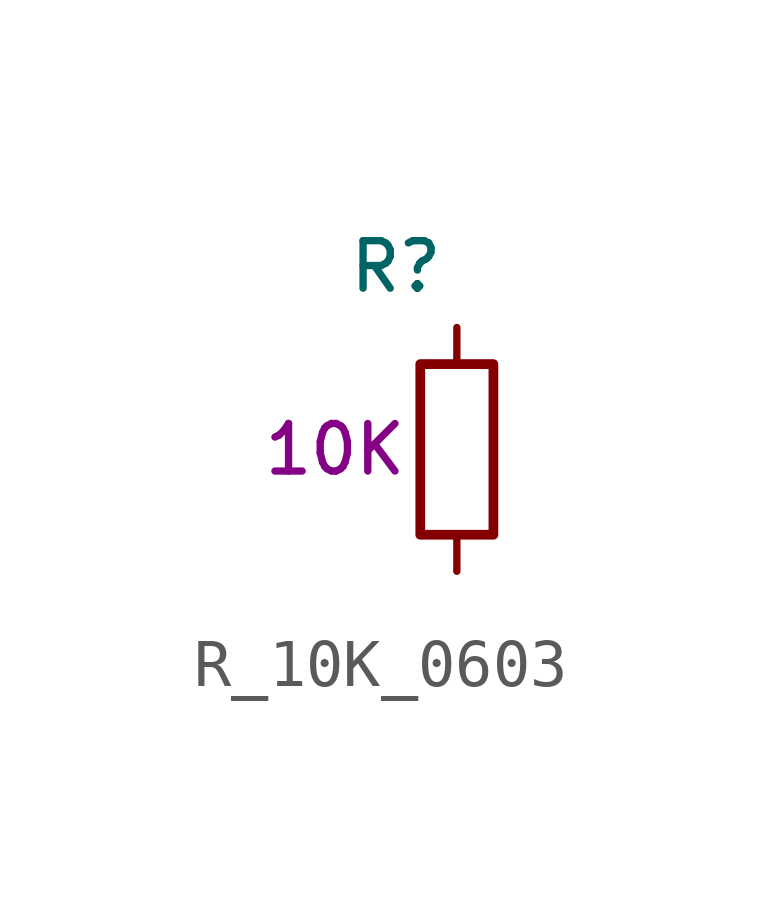
<source format=kicad_sym>
(kicad_symbol_lib
  (version 20220914)
  (generator kicad_symbol_editor)
  (symbol "R_10K_0603"
    (pin_numbers hide)
    (pin_names
      (offset 0))
    (property "Reference" "R"
      (at -1.27 3.81 0)
      (effects (font (size 0.991 0.991))))
    (property "Waarde" "10K"
      (at -2.54 0 0)
      (effects (font (size 0.991 0.991))))
    (symbol "R_10K_0603_0_1"
      (rectangle (start -0.762 1.778) (end 0.762 -1.778) (stroke (width 0.203) (type default)) (fill (type none))))
    (symbol "R_10K_0603_1_1"
      (pin passive line (at 0 2.54 270) (length 0.762) (name "~" (effects (font (size 1.27 1.27)))) (number "1" (effects (font (size 1.27 1.27)))))
      (pin passive line (at 0 -2.54 90) (length 0.762) (name "~" (effects (font (size 1.27 1.27)))) (number "2" (effects (font (size 1.27 1.27))))))))
</source>
